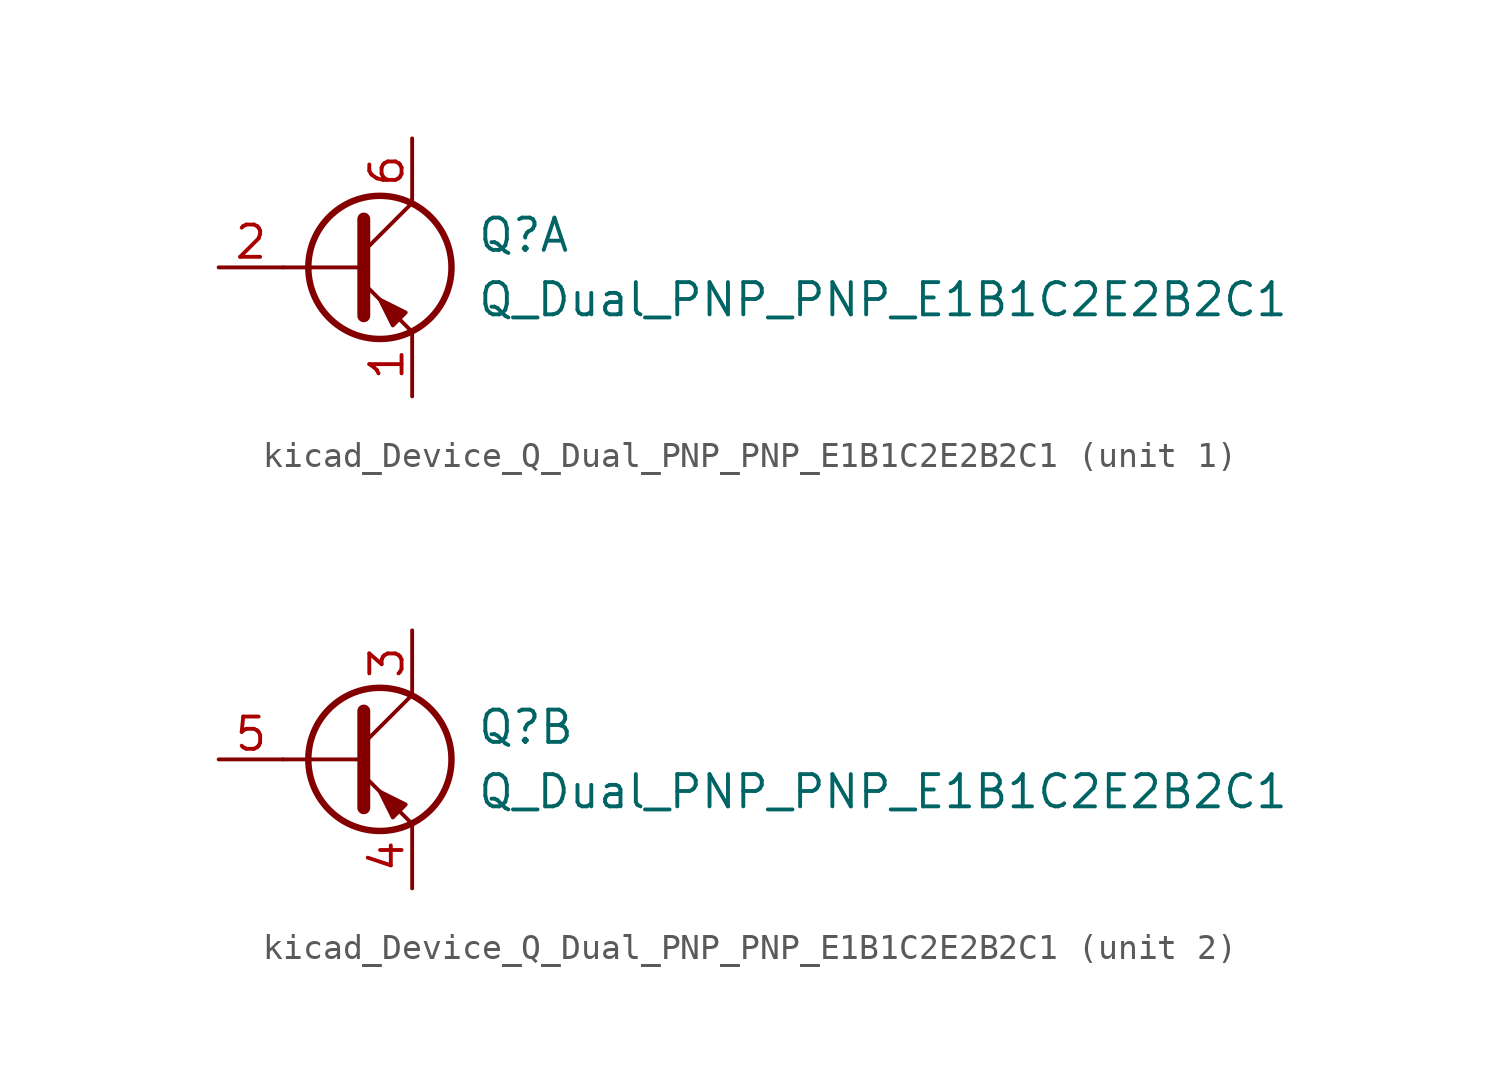
<source format=kicad_sym>
(kicad_symbol_lib
  (version 20220914)
  (generator kicad_symbol_editor)
  (symbol "kicad_Device_Q_Dual_PNP_PNP_E1B1C2E2B2C1"
    (pin_names
      (offset 0) hide)
    (property "Reference" "Q"
      (at 5.08 1.27 0)
      (effects (font (size 1.27 1.27)) (justify left)))
    (property "Value" "Q_Dual_PNP_PNP_E1B1C2E2B2C1"
      (at 5.08 -1.27 0)
      (effects (font (size 1.27 1.27)) (justify left)))
    (property "ki_locked" ""
      (at 0 0 0)
      (effects (font (size 1.27 1.27))))
    (symbol "kicad_Device_Q_Dual_PNP_PNP_E1B1C2E2B2C1_0_1"
      (polyline (pts (xy 0.635 0) (xy -2.54 0)) (stroke (width 0) (type default)) (fill (type none)))
      (polyline (pts (xy 0.635 0.635) (xy 2.54 2.54)) (stroke (width 0) (type default)) (fill (type none)))
      (polyline (pts (xy 0.635 -0.635) (xy 2.54 -2.54) (xy 2.54 -2.54)) (stroke (width 0) (type default)) (fill (type none)))
      (polyline (pts (xy 0.635 1.905) (xy 0.635 -1.905) (xy 0.635 -1.905)) (stroke (width 0.508) (type default)) (fill (type none)))
      (polyline (pts (xy 2.286 -1.778) (xy 1.778 -2.286) (xy 1.27 -1.27) (xy 2.286 -1.778) (xy 2.286 -1.778)) (stroke (width 0) (type default)) (fill (type outline)))
      (circle (center 1.27 0) (radius 2.819) (stroke (width 0.254) (type default)) (fill (type none))))
    (symbol "kicad_Device_Q_Dual_PNP_PNP_E1B1C2E2B2C1_1_1"
      (pin passive line (at 2.54 -5.08 90) (length 2.54) (name "E1" (effects (font (size 1.27 1.27)))) (number "1" (effects (font (size 1.27 1.27)))))
      (pin input line (at -5.08 0 0) (length 2.54) (name "B1" (effects (font (size 1.27 1.27)))) (number "2" (effects (font (size 1.27 1.27)))))
      (pin passive line (at 2.54 5.08 270) (length 2.54) (name "C1" (effects (font (size 1.27 1.27)))) (number "6" (effects (font (size 1.27 1.27))))))
    (symbol "kicad_Device_Q_Dual_PNP_PNP_E1B1C2E2B2C1_2_1"
      (pin passive line (at 2.54 5.08 270) (length 2.54) (name "C2" (effects (font (size 1.27 1.27)))) (number "3" (effects (font (size 1.27 1.27)))))
      (pin passive line (at 2.54 -5.08 90) (length 2.54) (name "E2" (effects (font (size 1.27 1.27)))) (number "4" (effects (font (size 1.27 1.27)))))
      (pin input line (at -5.08 0 0) (length 2.54) (name "B2" (effects (font (size 1.27 1.27)))) (number "5" (effects (font (size 1.27 1.27))))))))
</source>
